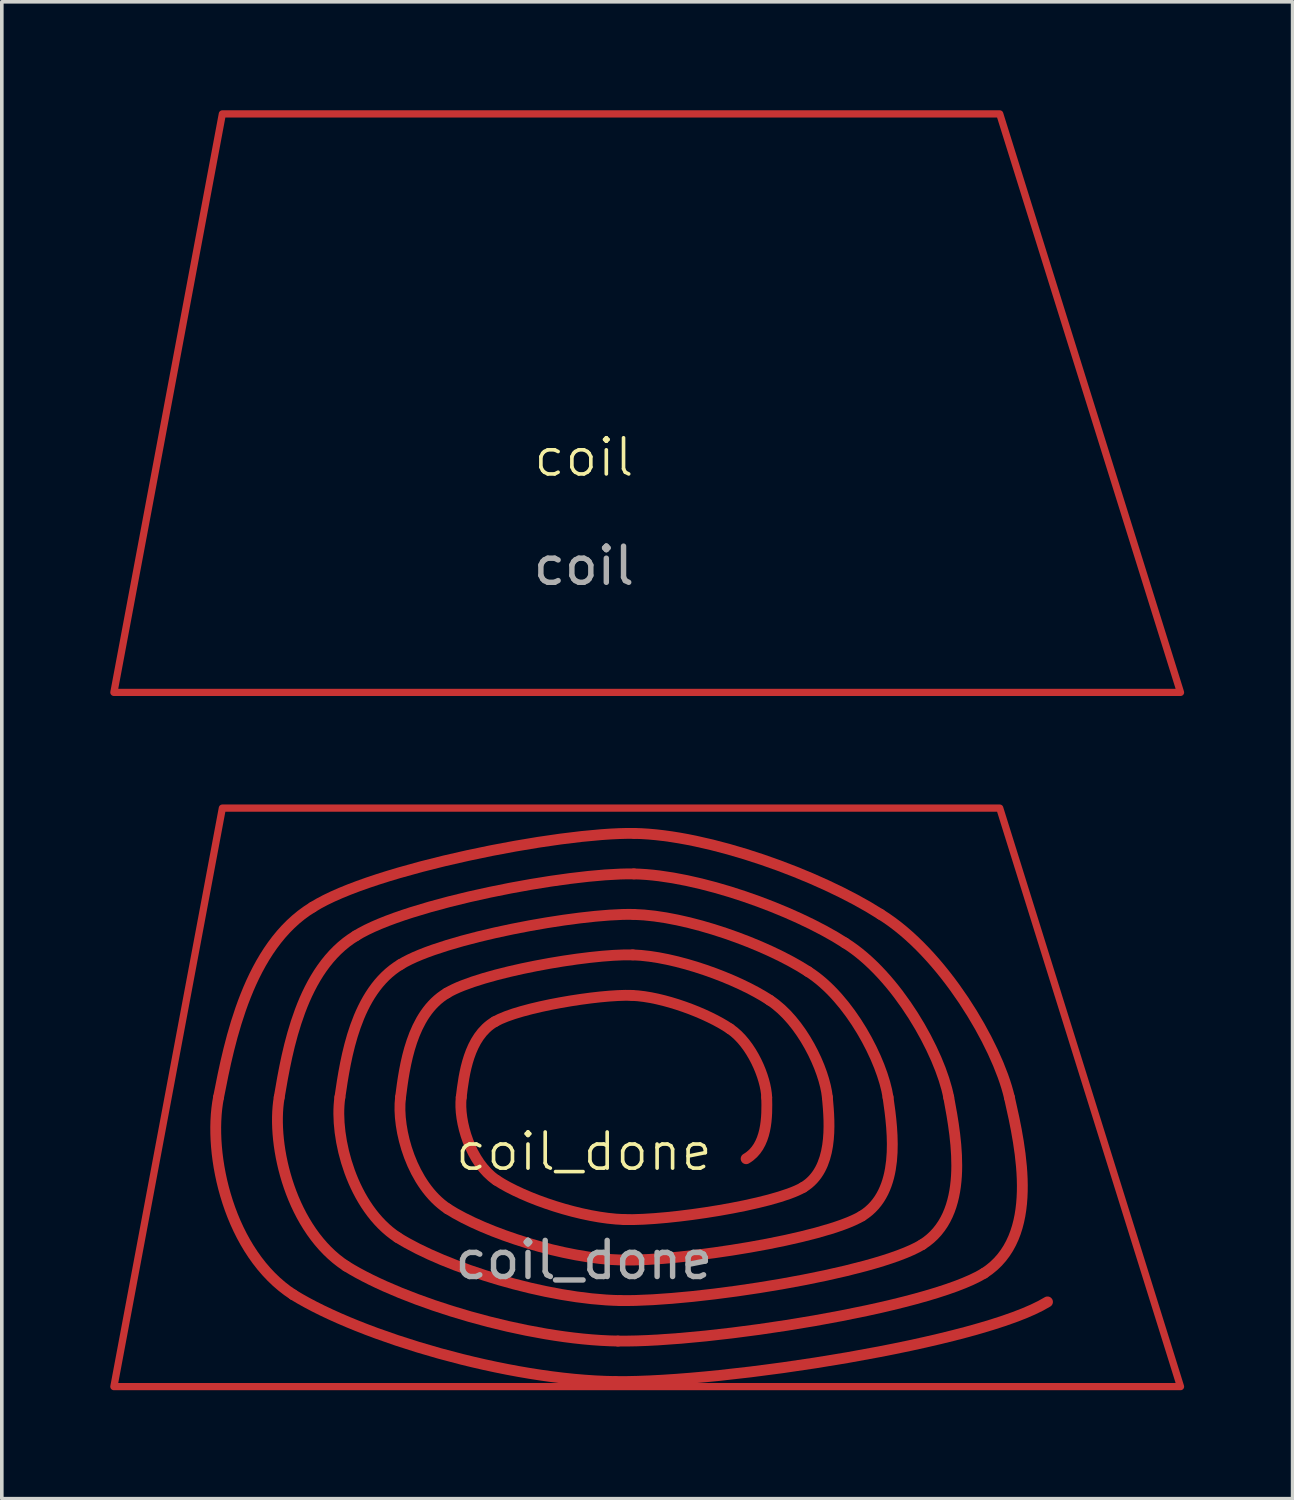
<source format=kicad_pcb>
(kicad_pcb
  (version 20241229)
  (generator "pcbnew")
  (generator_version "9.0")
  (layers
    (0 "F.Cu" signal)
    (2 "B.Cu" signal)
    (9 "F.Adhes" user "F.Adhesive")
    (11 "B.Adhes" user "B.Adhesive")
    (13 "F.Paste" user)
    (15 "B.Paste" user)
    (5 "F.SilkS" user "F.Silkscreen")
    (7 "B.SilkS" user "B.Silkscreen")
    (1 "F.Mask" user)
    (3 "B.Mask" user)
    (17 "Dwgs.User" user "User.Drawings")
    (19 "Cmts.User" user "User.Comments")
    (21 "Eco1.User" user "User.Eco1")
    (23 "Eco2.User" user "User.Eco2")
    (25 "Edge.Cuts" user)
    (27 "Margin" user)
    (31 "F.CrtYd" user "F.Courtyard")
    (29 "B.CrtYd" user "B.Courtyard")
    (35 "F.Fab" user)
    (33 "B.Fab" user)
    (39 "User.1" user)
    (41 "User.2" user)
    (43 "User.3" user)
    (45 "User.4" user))
  (footprint "coil"
    (layer "F.Cu")
    (at 13.1 10.1)
    (property "Reference" "coil" (at 0 -0.5 0) (unlocked yes) (layer "F.SilkS") (effects (font (size 1 1) (thickness 0.1))))
    (attr smd)
    (fp_poly (pts (xy -10 -10) (xy 11.5 -10) (xy 16.5 6) (xy -13 6)) (stroke (width 0.2) (type solid)) (fill no) (layer "F.Cu"))
    (fp_text user "${REFERENCE}" (at 0 2.5 0) (unlocked yes) (layer "F.Fab") (effects (font (size 1 1) (thickness 0.15)))))
  (footprint "coil_done"
    (layer "F.Cu")
    (at 13.1 29.3)
    (property "Reference" "coil_done" (at 0 -0.5 0) (unlocked yes) (layer "F.SilkS") (effects (font (size 1 1) (thickness 0.1))))
    (attr smd)
    (fp_poly (pts (xy -10 -10) (xy 11.5 -10) (xy 16.5 6) (xy -13 6)) (stroke (width 0.2) (type solid)) (fill no) (layer "F.Cu"))
    (fp_curve (pts (xy -10.106 -2) (xy -10.417 -0.416) (xy -9.81 2.314) (xy -8.04 3.459)) (stroke (width 0.3) (type solid)) (layer "F.Cu"))
    (fp_curve (pts (xy -8.428 -2) (xy -8.657 -0.648) (xy -8.087 1.686) (xy -6.577 2.667)) (stroke (width 0.3) (type solid)) (layer "F.Cu"))
    (fp_curve (pts (xy -8.04 3.459) (xy -6.156 4.624) (xy -2.094 5.825) (xy 0.874 5.86)) (stroke (width 0.3) (type solid)) (layer "F.Cu"))
    (fp_curve (pts (xy -7.501 -7.261) (xy -9.277 -6.186) (xy -9.803 -3.555) (xy -10.106 -2)) (stroke (width 0.3) (type solid)) (layer "F.Cu"))
    (fp_curve (pts (xy -6.75 -2) (xy -6.913 -0.88) (xy -6.401 1.058) (xy -5.153 1.875)) (stroke (width 0.3) (type solid)) (layer "F.Cu"))
    (fp_curve (pts (xy -6.577 2.667) (xy -4.974 3.668) (xy -1.551 4.705) (xy 0.942 4.74)) (stroke (width 0.3) (type solid)) (layer "F.Cu"))
    (fp_curve (pts (xy -6.307 -6.469) (xy -7.817 -5.558) (xy -8.205 -3.323) (xy -8.428 -2)) (stroke (width 0.3) (type solid)) (layer "F.Cu"))
    (fp_curve (pts (xy -5.153 1.875) (xy -3.83 2.712) (xy -1.03 3.585) (xy 1.005 3.62)) (stroke (width 0.3) (type solid)) (layer "F.Cu"))
    (fp_curve (pts (xy -5.072 -2) (xy -5.183 -1.112) (xy -4.753 0.43) (xy -3.768 1.083)) (stroke (width 0.3) (type solid)) (layer "F.Cu"))
    (fp_curve (pts (xy -5.07 -5.677) (xy -6.316 -4.93) (xy -6.592 -3.091) (xy -6.75 -2)) (stroke (width 0.3) (type solid)) (layer "F.Cu"))
    (fp_curve (pts (xy -3.789 -4.885) (xy -4.774 -4.302) (xy -4.964 -2.859) (xy -5.072 -2)) (stroke (width 0.3) (type solid)) (layer "F.Cu"))
    (fp_curve (pts (xy -3.768 1.083) (xy -2.723 1.756) (xy -0.529 2.465) (xy 1.063 2.5)) (stroke (width 0.3) (type solid)) (layer "F.Cu"))
    (fp_curve (pts (xy -3.394 -2) (xy -3.469 -1.343) (xy -3.143 -0.198) (xy -2.422 0.291)) (stroke (width 0.3) (type solid)) (layer "F.Cu"))
    (fp_curve (pts (xy -2.464 -4.093) (xy -3.19 -3.674) (xy -3.321 -2.628) (xy -3.394 -2)) (stroke (width 0.3) (type solid)) (layer "F.Cu"))
    (fp_curve (pts (xy -2.422 0.291) (xy -1.653 0.801) (xy -0.05 1.345) (xy 1.117 1.38)) (stroke (width 0.3) (type solid)) (layer "F.Cu"))
    (fp_curve (pts (xy 0.874 5.86) (xy 3.898 5.895) (xy 10.975 4.793) (xy 12.821 3.657)) (stroke (width 0.3) (type solid)) (layer "F.Cu"))
    (fp_curve (pts (xy 0.942 4.74) (xy 3.49 4.775) (xy 9.477 3.837) (xy 11.066 2.865)) (stroke (width 0.3) (type solid)) (layer "F.Cu"))
    (fp_curve (pts (xy 1.005 3.62) (xy 3.093 3.655) (xy 8.023 2.881) (xy 9.355 2.073)) (stroke (width 0.3) (type solid)) (layer "F.Cu"))
    (fp_curve (pts (xy 1.063 2.5) (xy 2.707 2.535) (xy 6.611 1.925) (xy 7.688 1.281)) (stroke (width 0.3) (type solid)) (layer "F.Cu"))
    (fp_curve (pts (xy 1.117 1.38) (xy 2.334 1.415) (xy 5.243 0.97) (xy 6.065 0.489)) (stroke (width 0.3) (type solid)) (layer "F.Cu"))
    (fp_curve (pts (xy 1.329 -4.82) (xy 0.426 -4.855) (xy -1.78 -4.492) (xy -2.464 -4.093)) (stroke (width 0.3) (type solid)) (layer "F.Cu"))
    (fp_curve (pts (xy 1.351 -5.94) (xy 0.129 -5.975) (xy -2.858 -5.447) (xy -3.789 -4.885)) (stroke (width 0.3) (type solid)) (layer "F.Cu"))
    (fp_curve (pts (xy 1.37 -7.06) (xy -0.157 -7.095) (xy -3.892 -6.403) (xy -5.07 -5.677)) (stroke (width 0.3) (type solid)) (layer "F.Cu"))
    (fp_curve (pts (xy 1.383 -8.18) (xy -0.431 -8.215) (xy -4.883 -7.359) (xy -6.307 -6.469)) (stroke (width 0.3) (type solid)) (layer "F.Cu"))
    (fp_curve (pts (xy 1.392 -9.3) (xy -0.694 -9.335) (xy -5.831 -8.315) (xy -7.501 -7.261)) (stroke (width 0.3) (type solid)) (layer "F.Cu"))
    (fp_curve (pts (xy 4.04 -3.895) (xy 3.413 -4.323) (xy 2.189 -4.785) (xy 1.329 -4.82)) (stroke (width 0.3) (type solid)) (layer "F.Cu"))
    (fp_curve (pts (xy 4.486 -0.303) (xy 5.077 -0.64) (xy 5.069 -1.488) (xy 5.055 -2)) (stroke (width 0.3) (type solid)) (layer "F.Cu"))
    (fp_curve (pts (xy 5.055 -2) (xy 5.036 -2.541) (xy 4.642 -3.488) (xy 4.04 -3.895)) (stroke (width 0.3) (type solid)) (layer "F.Cu"))
    (fp_curve (pts (xy 5.139 -4.687) (xy 4.244 -5.279) (xy 2.533 -5.905) (xy 1.351 -5.94)) (stroke (width 0.3) (type solid)) (layer "F.Cu"))
    (fp_curve (pts (xy 6.065 0.489) (xy 6.902 -0.012) (xy 6.803 -1.256) (xy 6.733 -2)) (stroke (width 0.3) (type solid)) (layer "F.Cu"))
    (fp_curve (pts (xy 6.199 -5.479) (xy 5.038 -6.234) (xy 2.857 -7.025) (xy 1.37 -7.06)) (stroke (width 0.3) (type solid)) (layer "F.Cu"))
    (fp_curve (pts (xy 6.733 -2) (xy 6.657 -2.773) (xy 6.019 -4.116) (xy 5.139 -4.687)) (stroke (width 0.3) (type solid)) (layer "F.Cu"))
    (fp_curve (pts (xy 7.22 -6.271) (xy 5.794 -7.19) (xy 3.159 -8.145) (xy 1.383 -8.18)) (stroke (width 0.3) (type solid)) (layer "F.Cu"))
    (fp_curve (pts (xy 7.688 1.281) (xy 8.768 0.616) (xy 8.552 -1.025) (xy 8.411 -2)) (stroke (width 0.3) (type solid)) (layer "F.Cu"))
    (fp_curve (pts (xy 8.202 -7.063) (xy 6.513 -8.146) (xy 3.441 -9.265) (xy 1.392 -9.3)) (stroke (width 0.3) (type solid)) (layer "F.Cu"))
    (fp_curve (pts (xy 8.411 -2) (xy 8.262 -3.004) (xy 7.359 -4.744) (xy 6.199 -5.479)) (stroke (width 0.3) (type solid)) (layer "F.Cu"))
    (fp_curve (pts (xy 9.355 2.073) (xy 10.675 1.244) (xy 10.317 -0.793) (xy 10.089 -2)) (stroke (width 0.3) (type solid)) (layer "F.Cu"))
    (fp_curve (pts (xy 10.089 -2) (xy 9.852 -3.236) (xy 8.66 -5.372) (xy 7.22 -6.271)) (stroke (width 0.3) (type solid)) (layer "F.Cu"))
    (fp_curve (pts (xy 11.066 2.865) (xy 12.623 1.872) (xy 12.096 -0.561) (xy 11.767 -2)) (stroke (width 0.3) (type solid)) (layer "F.Cu"))
    (fp_curve (pts (xy 11.767 -2) (xy 11.426 -3.468) (xy 9.925 -6) (xy 8.202 -7.063)) (stroke (width 0.3) (type solid)) (layer "F.Cu"))
    (fp_text user "${REFERENCE}" (at 0 2.5 0) (unlocked yes) (layer "F.Fab") (effects (font (size 1 1) (thickness 0.15)))))
  (gr_rect
    (start -3 -3)
    (end 32.7 38.4)
    (stroke (width 0.1) (type default))
    (fill no)
    (layer "Edge.Cuts")))
</source>
